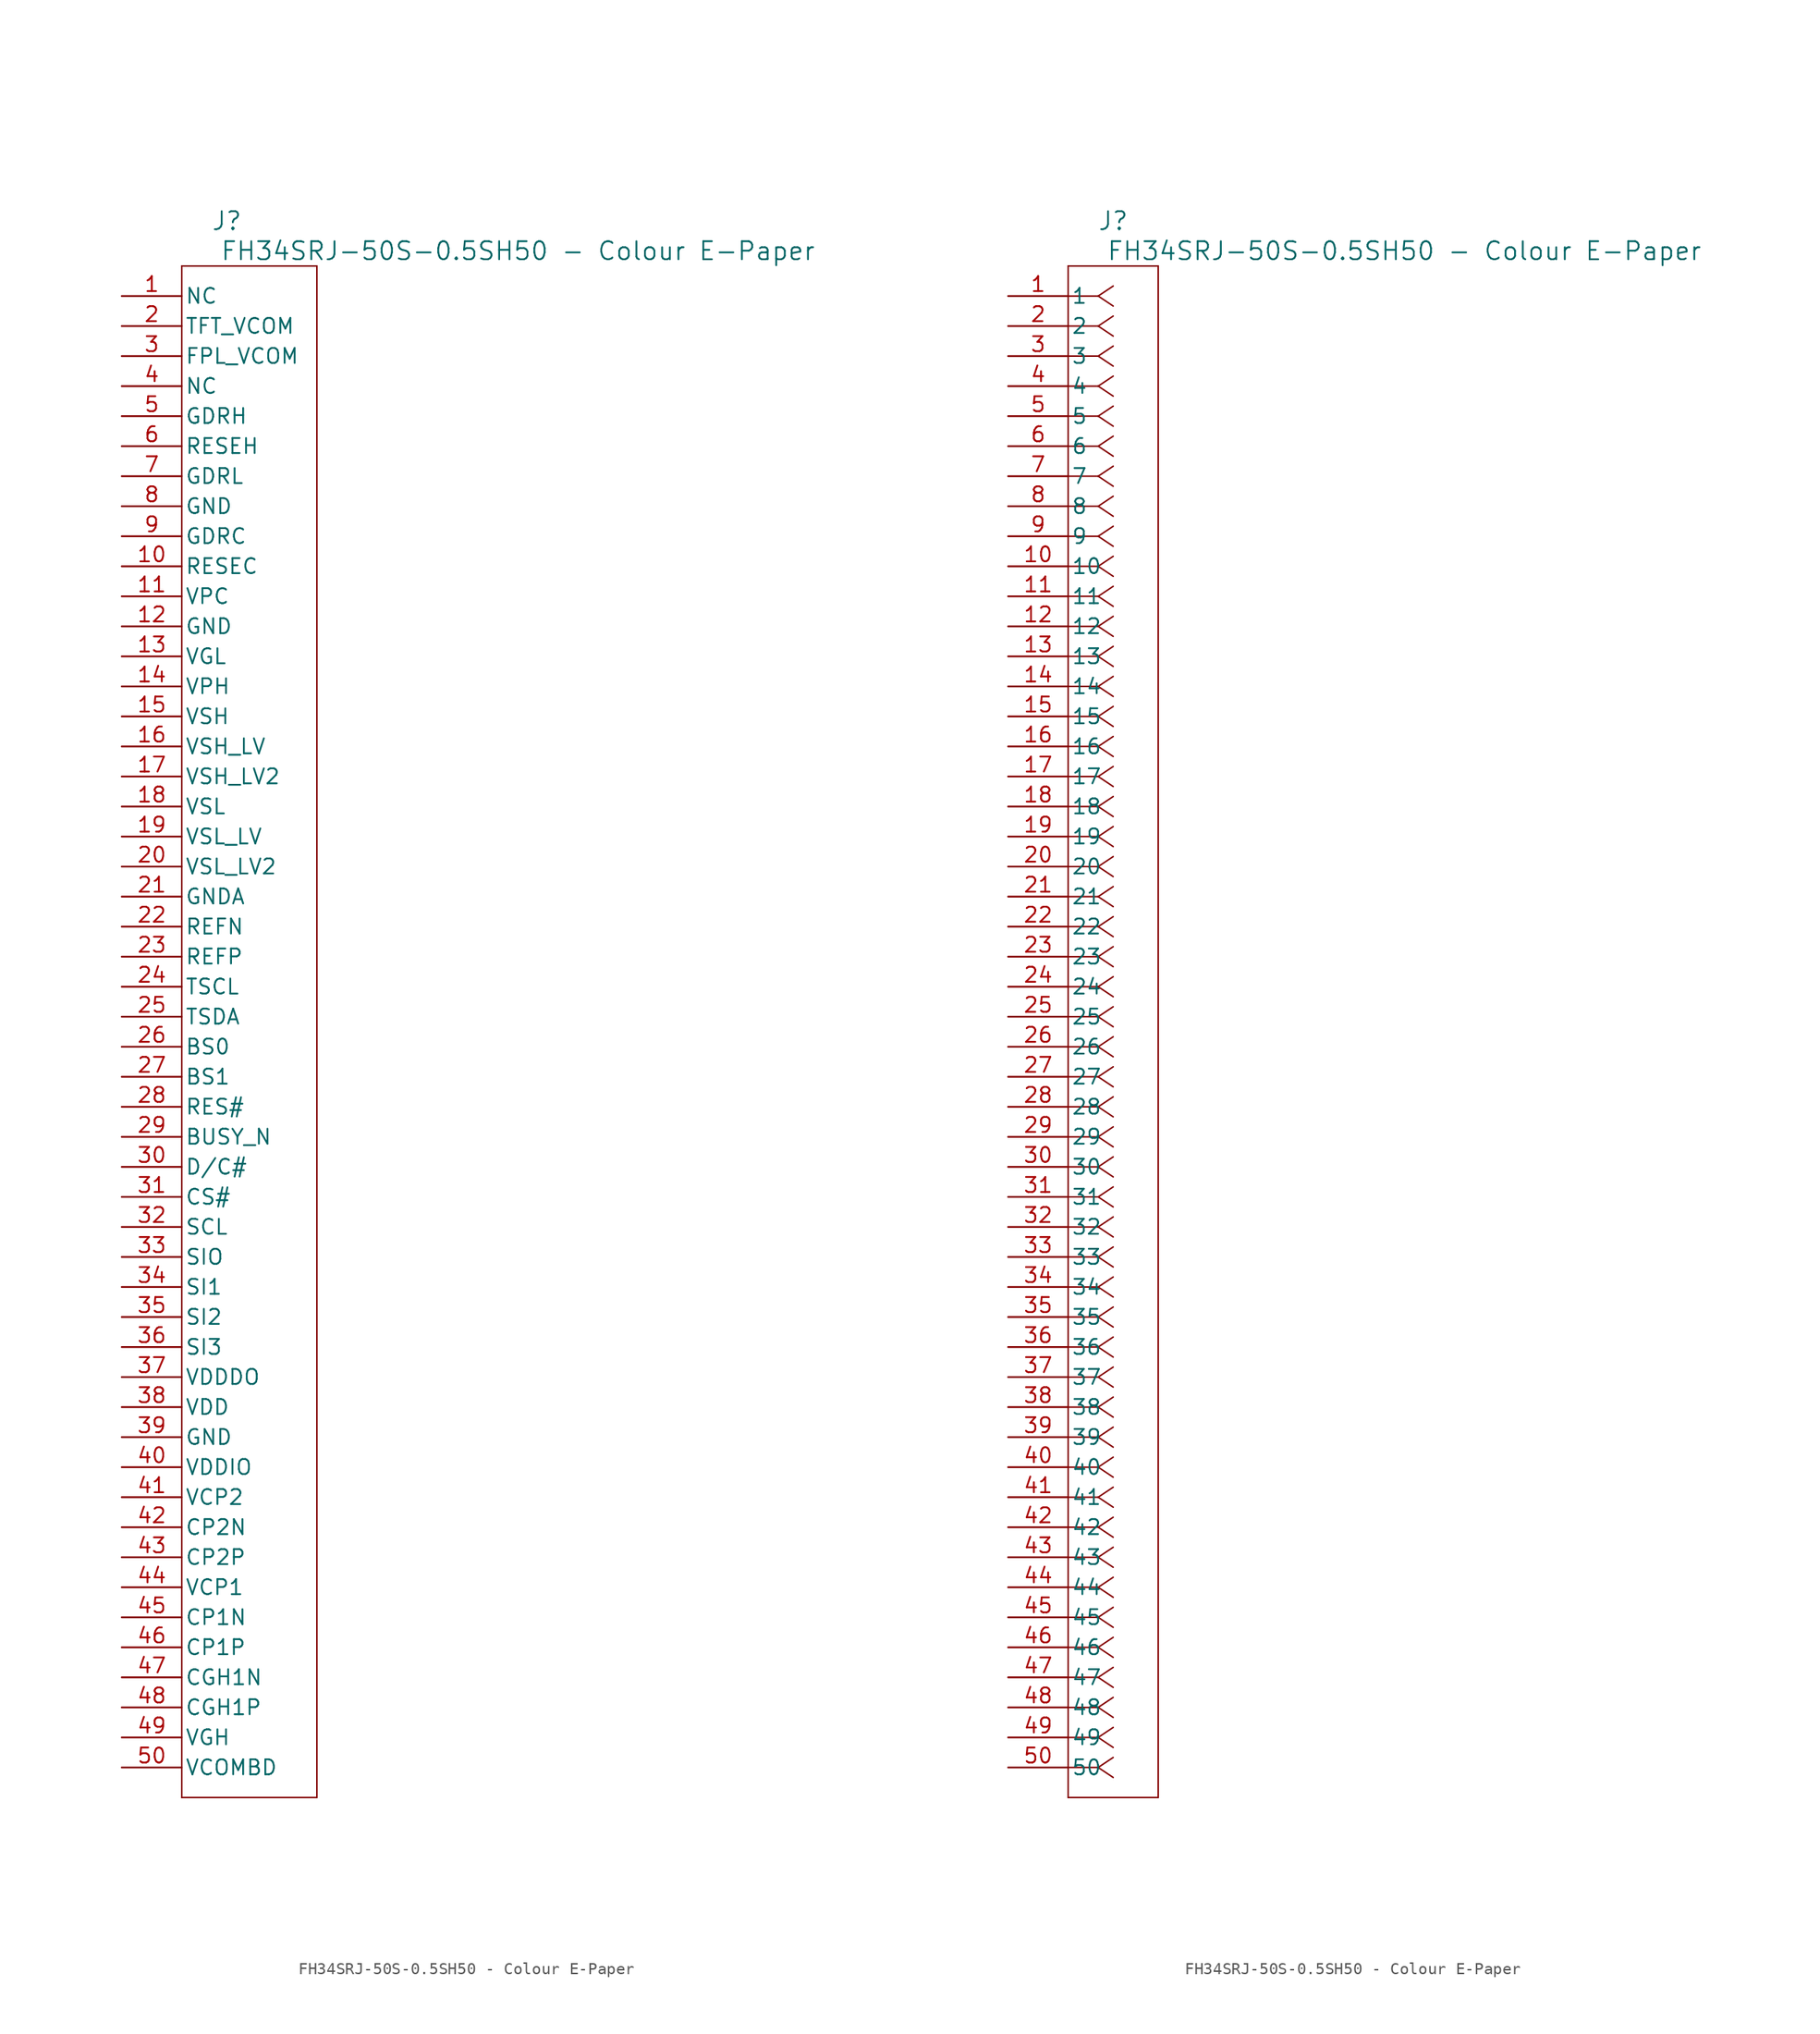
<source format=kicad_sym>
(kicad_symbol_lib
  (version 20231120)
  (generator "kicad_symbol_editor")
  (generator_version "8.0")
  (symbol "FH34SRJ-50S-0.5SH50 - Colour E-Paper"
    (pin_names
      (offset 0.254))
    (property "Reference" "J"
      (at 8.89 6.35 0)
      (effects (font (size 1.524 1.524))))
    (property "Value" "FH34SRJ-50S-0.5SH50 - Colour E-Paper"
      (at 33.528 3.81 0)
      (effects (font (size 1.524 1.524))))
    (property "ki_locked" ""
      (at 0 0 0)
      (effects (font (size 1.27 1.27))))
    (symbol "FH34SRJ-50S-0.5SH50 - Colour E-Paper_1_1"
      (polyline (pts (xy 5.08 -127) (xy 16.51 -127)) (stroke (width 0.127) (type default)) (fill (type none)))
      (polyline (pts (xy 5.08 2.54) (xy 5.08 -127)) (stroke (width 0.127) (type default)) (fill (type none)))
      (polyline (pts (xy 16.51 -127) (xy 16.51 2.54)) (stroke (width 0.127) (type default)) (fill (type none)))
      (polyline (pts (xy 16.51 2.54) (xy 5.08 2.54)) (stroke (width 0.127) (type default)) (fill (type none)))
      (pin unspecified line (at 0 0 0) (length 5.08) (name "NC" (effects (font (size 1.27 1.27)))) (number "1" (effects (font (size 1.27 1.27)))))
      (pin unspecified line (at 0 -22.86 0) (length 5.08) (name "RESEC" (effects (font (size 1.27 1.27)))) (number "10" (effects (font (size 1.27 1.27)))))
      (pin unspecified line (at 0 -25.4 0) (length 5.08) (name "VPC" (effects (font (size 1.27 1.27)))) (number "11" (effects (font (size 1.27 1.27)))))
      (pin unspecified line (at 0 -27.94 0) (length 5.08) (name "GND" (effects (font (size 1.27 1.27)))) (number "12" (effects (font (size 1.27 1.27)))))
      (pin unspecified line (at 0 -30.48 0) (length 5.08) (name "VGL" (effects (font (size 1.27 1.27)))) (number "13" (effects (font (size 1.27 1.27)))))
      (pin unspecified line (at 0 -33.02 0) (length 5.08) (name "VPH" (effects (font (size 1.27 1.27)))) (number "14" (effects (font (size 1.27 1.27)))))
      (pin unspecified line (at 0 -35.56 0) (length 5.08) (name "VSH" (effects (font (size 1.27 1.27)))) (number "15" (effects (font (size 1.27 1.27)))))
      (pin unspecified line (at 0 -38.1 0) (length 5.08) (name "VSH_LV" (effects (font (size 1.27 1.27)))) (number "16" (effects (font (size 1.27 1.27)))))
      (pin unspecified line (at 0 -40.64 0) (length 5.08) (name "VSH_LV2" (effects (font (size 1.27 1.27)))) (number "17" (effects (font (size 1.27 1.27)))))
      (pin unspecified line (at 0 -43.18 0) (length 5.08) (name "VSL" (effects (font (size 1.27 1.27)))) (number "18" (effects (font (size 1.27 1.27)))))
      (pin unspecified line (at 0 -45.72 0) (length 5.08) (name "VSL_LV" (effects (font (size 1.27 1.27)))) (number "19" (effects (font (size 1.27 1.27)))))
      (pin unspecified line (at 0 -2.54 0) (length 5.08) (name "TFT_VCOM" (effects (font (size 1.27 1.27)))) (number "2" (effects (font (size 1.27 1.27)))))
      (pin unspecified line (at 0 -48.26 0) (length 5.08) (name "VSL_LV2" (effects (font (size 1.27 1.27)))) (number "20" (effects (font (size 1.27 1.27)))))
      (pin unspecified line (at 0 -50.8 0) (length 5.08) (name "GNDA" (effects (font (size 1.27 1.27)))) (number "21" (effects (font (size 1.27 1.27)))))
      (pin unspecified line (at 0 -53.34 0) (length 5.08) (name "REFN" (effects (font (size 1.27 1.27)))) (number "22" (effects (font (size 1.27 1.27)))))
      (pin unspecified line (at 0 -55.88 0) (length 5.08) (name "REFP" (effects (font (size 1.27 1.27)))) (number "23" (effects (font (size 1.27 1.27)))))
      (pin unspecified line (at 0 -58.42 0) (length 5.08) (name "TSCL" (effects (font (size 1.27 1.27)))) (number "24" (effects (font (size 1.27 1.27)))))
      (pin unspecified line (at 0 -60.96 0) (length 5.08) (name "TSDA" (effects (font (size 1.27 1.27)))) (number "25" (effects (font (size 1.27 1.27)))))
      (pin unspecified line (at 0 -63.5 0) (length 5.08) (name "BS0" (effects (font (size 1.27 1.27)))) (number "26" (effects (font (size 1.27 1.27)))))
      (pin unspecified line (at 0 -66.04 0) (length 5.08) (name "BS1" (effects (font (size 1.27 1.27)))) (number "27" (effects (font (size 1.27 1.27)))))
      (pin unspecified line (at 0 -68.58 0) (length 5.08) (name "RES#" (effects (font (size 1.27 1.27)))) (number "28" (effects (font (size 1.27 1.27)))))
      (pin unspecified line (at 0 -71.12 0) (length 5.08) (name "BUSY_N" (effects (font (size 1.27 1.27)))) (number "29" (effects (font (size 1.27 1.27)))))
      (pin unspecified line (at 0 -5.08 0) (length 5.08) (name "FPL_VCOM" (effects (font (size 1.27 1.27)))) (number "3" (effects (font (size 1.27 1.27)))))
      (pin unspecified line (at 0 -73.66 0) (length 5.08) (name "D/C#" (effects (font (size 1.27 1.27)))) (number "30" (effects (font (size 1.27 1.27)))))
      (pin unspecified line (at 0 -76.2 0) (length 5.08) (name "CS#" (effects (font (size 1.27 1.27)))) (number "31" (effects (font (size 1.27 1.27)))))
      (pin unspecified line (at 0 -78.74 0) (length 5.08) (name "SCL" (effects (font (size 1.27 1.27)))) (number "32" (effects (font (size 1.27 1.27)))))
      (pin unspecified line (at 0 -81.28 0) (length 5.08) (name "SIO" (effects (font (size 1.27 1.27)))) (number "33" (effects (font (size 1.27 1.27)))))
      (pin unspecified line (at 0 -83.82 0) (length 5.08) (name "SI1" (effects (font (size 1.27 1.27)))) (number "34" (effects (font (size 1.27 1.27)))))
      (pin unspecified line (at 0 -86.36 0) (length 5.08) (name "SI2" (effects (font (size 1.27 1.27)))) (number "35" (effects (font (size 1.27 1.27)))))
      (pin unspecified line (at 0 -88.9 0) (length 5.08) (name "SI3" (effects (font (size 1.27 1.27)))) (number "36" (effects (font (size 1.27 1.27)))))
      (pin unspecified line (at 0 -91.44 0) (length 5.08) (name "VDDDO" (effects (font (size 1.27 1.27)))) (number "37" (effects (font (size 1.27 1.27)))))
      (pin unspecified line (at 0 -93.98 0) (length 5.08) (name "VDD" (effects (font (size 1.27 1.27)))) (number "38" (effects (font (size 1.27 1.27)))))
      (pin unspecified line (at 0 -96.52 0) (length 5.08) (name "GND" (effects (font (size 1.27 1.27)))) (number "39" (effects (font (size 1.27 1.27)))))
      (pin unspecified line (at 0 -7.62 0) (length 5.08) (name "NC" (effects (font (size 1.27 1.27)))) (number "4" (effects (font (size 1.27 1.27)))))
      (pin unspecified line (at 0 -99.06 0) (length 5.08) (name "VDDIO" (effects (font (size 1.27 1.27)))) (number "40" (effects (font (size 1.27 1.27)))))
      (pin unspecified line (at 0 -101.6 0) (length 5.08) (name "VCP2" (effects (font (size 1.27 1.27)))) (number "41" (effects (font (size 1.27 1.27)))))
      (pin unspecified line (at 0 -104.14 0) (length 5.08) (name "CP2N" (effects (font (size 1.27 1.27)))) (number "42" (effects (font (size 1.27 1.27)))))
      (pin unspecified line (at 0 -106.68 0) (length 5.08) (name "CP2P" (effects (font (size 1.27 1.27)))) (number "43" (effects (font (size 1.27 1.27)))))
      (pin unspecified line (at 0 -109.22 0) (length 5.08) (name "VCP1" (effects (font (size 1.27 1.27)))) (number "44" (effects (font (size 1.27 1.27)))))
      (pin unspecified line (at 0 -111.76 0) (length 5.08) (name "CP1N" (effects (font (size 1.27 1.27)))) (number "45" (effects (font (size 1.27 1.27)))))
      (pin unspecified line (at 0 -114.3 0) (length 5.08) (name "CP1P" (effects (font (size 1.27 1.27)))) (number "46" (effects (font (size 1.27 1.27)))))
      (pin unspecified line (at 0 -116.84 0) (length 5.08) (name "CGH1N" (effects (font (size 1.27 1.27)))) (number "47" (effects (font (size 1.27 1.27)))))
      (pin unspecified line (at 0 -119.38 0) (length 5.08) (name "CGH1P" (effects (font (size 1.27 1.27)))) (number "48" (effects (font (size 1.27 1.27)))))
      (pin unspecified line (at 0 -121.92 0) (length 5.08) (name "VGH" (effects (font (size 1.27 1.27)))) (number "49" (effects (font (size 1.27 1.27)))))
      (pin unspecified line (at 0 -10.16 0) (length 5.08) (name "GDRH" (effects (font (size 1.27 1.27)))) (number "5" (effects (font (size 1.27 1.27)))))
      (pin unspecified line (at 0 -124.46 0) (length 5.08) (name "VCOMBD" (effects (font (size 1.27 1.27)))) (number "50" (effects (font (size 1.27 1.27)))))
      (pin unspecified line (at 0 -12.7 0) (length 5.08) (name "RESEH" (effects (font (size 1.27 1.27)))) (number "6" (effects (font (size 1.27 1.27)))))
      (pin unspecified line (at 0 -15.24 0) (length 5.08) (name "GDRL" (effects (font (size 1.27 1.27)))) (number "7" (effects (font (size 1.27 1.27)))))
      (pin unspecified line (at 0 -17.78 0) (length 5.08) (name "GND" (effects (font (size 1.27 1.27)))) (number "8" (effects (font (size 1.27 1.27)))))
      (pin unspecified line (at 0 -20.32 0) (length 5.08) (name "GDRC" (effects (font (size 1.27 1.27)))) (number "9" (effects (font (size 1.27 1.27))))))
    (symbol "FH34SRJ-50S-0.5SH50 - Colour E-Paper_1_2"
      (polyline (pts (xy 5.08 -127) (xy 12.7 -127)) (stroke (width 0.127) (type default)) (fill (type none)))
      (polyline (pts (xy 5.08 2.54) (xy 5.08 -127)) (stroke (width 0.127) (type default)) (fill (type none)))
      (polyline (pts (xy 7.62 -124.46) (xy 5.08 -124.46)) (stroke (width 0.127) (type default)) (fill (type none)))
      (polyline (pts (xy 7.62 -124.46) (xy 8.89 -125.307)) (stroke (width 0.127) (type default)) (fill (type none)))
      (polyline (pts (xy 7.62 -124.46) (xy 8.89 -123.613)) (stroke (width 0.127) (type default)) (fill (type none)))
      (polyline (pts (xy 7.62 -121.92) (xy 5.08 -121.92)) (stroke (width 0.127) (type default)) (fill (type none)))
      (polyline (pts (xy 7.62 -121.92) (xy 8.89 -122.767)) (stroke (width 0.127) (type default)) (fill (type none)))
      (polyline (pts (xy 7.62 -121.92) (xy 8.89 -121.073)) (stroke (width 0.127) (type default)) (fill (type none)))
      (polyline (pts (xy 7.62 -119.38) (xy 5.08 -119.38)) (stroke (width 0.127) (type default)) (fill (type none)))
      (polyline (pts (xy 7.62 -119.38) (xy 8.89 -120.227)) (stroke (width 0.127) (type default)) (fill (type none)))
      (polyline (pts (xy 7.62 -119.38) (xy 8.89 -118.533)) (stroke (width 0.127) (type default)) (fill (type none)))
      (polyline (pts (xy 7.62 -116.84) (xy 5.08 -116.84)) (stroke (width 0.127) (type default)) (fill (type none)))
      (polyline (pts (xy 7.62 -116.84) (xy 8.89 -117.687)) (stroke (width 0.127) (type default)) (fill (type none)))
      (polyline (pts (xy 7.62 -116.84) (xy 8.89 -115.993)) (stroke (width 0.127) (type default)) (fill (type none)))
      (polyline (pts (xy 7.62 -114.3) (xy 5.08 -114.3)) (stroke (width 0.127) (type default)) (fill (type none)))
      (polyline (pts (xy 7.62 -114.3) (xy 8.89 -115.147)) (stroke (width 0.127) (type default)) (fill (type none)))
      (polyline (pts (xy 7.62 -114.3) (xy 8.89 -113.453)) (stroke (width 0.127) (type default)) (fill (type none)))
      (polyline (pts (xy 7.62 -111.76) (xy 5.08 -111.76)) (stroke (width 0.127) (type default)) (fill (type none)))
      (polyline (pts (xy 7.62 -111.76) (xy 8.89 -112.607)) (stroke (width 0.127) (type default)) (fill (type none)))
      (polyline (pts (xy 7.62 -111.76) (xy 8.89 -110.913)) (stroke (width 0.127) (type default)) (fill (type none)))
      (polyline (pts (xy 7.62 -109.22) (xy 5.08 -109.22)) (stroke (width 0.127) (type default)) (fill (type none)))
      (polyline (pts (xy 7.62 -109.22) (xy 8.89 -110.067)) (stroke (width 0.127) (type default)) (fill (type none)))
      (polyline (pts (xy 7.62 -109.22) (xy 8.89 -108.373)) (stroke (width 0.127) (type default)) (fill (type none)))
      (polyline (pts (xy 7.62 -106.68) (xy 5.08 -106.68)) (stroke (width 0.127) (type default)) (fill (type none)))
      (polyline (pts (xy 7.62 -106.68) (xy 8.89 -107.527)) (stroke (width 0.127) (type default)) (fill (type none)))
      (polyline (pts (xy 7.62 -106.68) (xy 8.89 -105.833)) (stroke (width 0.127) (type default)) (fill (type none)))
      (polyline (pts (xy 7.62 -104.14) (xy 5.08 -104.14)) (stroke (width 0.127) (type default)) (fill (type none)))
      (polyline (pts (xy 7.62 -104.14) (xy 8.89 -104.987)) (stroke (width 0.127) (type default)) (fill (type none)))
      (polyline (pts (xy 7.62 -104.14) (xy 8.89 -103.293)) (stroke (width 0.127) (type default)) (fill (type none)))
      (polyline (pts (xy 7.62 -101.6) (xy 5.08 -101.6)) (stroke (width 0.127) (type default)) (fill (type none)))
      (polyline (pts (xy 7.62 -101.6) (xy 8.89 -102.447)) (stroke (width 0.127) (type default)) (fill (type none)))
      (polyline (pts (xy 7.62 -101.6) (xy 8.89 -100.753)) (stroke (width 0.127) (type default)) (fill (type none)))
      (polyline (pts (xy 7.62 -99.06) (xy 5.08 -99.06)) (stroke (width 0.127) (type default)) (fill (type none)))
      (polyline (pts (xy 7.62 -99.06) (xy 8.89 -99.907)) (stroke (width 0.127) (type default)) (fill (type none)))
      (polyline (pts (xy 7.62 -99.06) (xy 8.89 -98.213)) (stroke (width 0.127) (type default)) (fill (type none)))
      (polyline (pts (xy 7.62 -96.52) (xy 5.08 -96.52)) (stroke (width 0.127) (type default)) (fill (type none)))
      (polyline (pts (xy 7.62 -96.52) (xy 8.89 -97.367)) (stroke (width 0.127) (type default)) (fill (type none)))
      (polyline (pts (xy 7.62 -96.52) (xy 8.89 -95.673)) (stroke (width 0.127) (type default)) (fill (type none)))
      (polyline (pts (xy 7.62 -93.98) (xy 5.08 -93.98)) (stroke (width 0.127) (type default)) (fill (type none)))
      (polyline (pts (xy 7.62 -93.98) (xy 8.89 -94.827)) (stroke (width 0.127) (type default)) (fill (type none)))
      (polyline (pts (xy 7.62 -93.98) (xy 8.89 -93.133)) (stroke (width 0.127) (type default)) (fill (type none)))
      (polyline (pts (xy 7.62 -91.44) (xy 5.08 -91.44)) (stroke (width 0.127) (type default)) (fill (type none)))
      (polyline (pts (xy 7.62 -91.44) (xy 8.89 -92.287)) (stroke (width 0.127) (type default)) (fill (type none)))
      (polyline (pts (xy 7.62 -91.44) (xy 8.89 -90.593)) (stroke (width 0.127) (type default)) (fill (type none)))
      (polyline (pts (xy 7.62 -88.9) (xy 5.08 -88.9)) (stroke (width 0.127) (type default)) (fill (type none)))
      (polyline (pts (xy 7.62 -88.9) (xy 8.89 -89.747)) (stroke (width 0.127) (type default)) (fill (type none)))
      (polyline (pts (xy 7.62 -88.9) (xy 8.89 -88.053)) (stroke (width 0.127) (type default)) (fill (type none)))
      (polyline (pts (xy 7.62 -86.36) (xy 5.08 -86.36)) (stroke (width 0.127) (type default)) (fill (type none)))
      (polyline (pts (xy 7.62 -86.36) (xy 8.89 -87.207)) (stroke (width 0.127) (type default)) (fill (type none)))
      (polyline (pts (xy 7.62 -86.36) (xy 8.89 -85.513)) (stroke (width 0.127) (type default)) (fill (type none)))
      (polyline (pts (xy 7.62 -83.82) (xy 5.08 -83.82)) (stroke (width 0.127) (type default)) (fill (type none)))
      (polyline (pts (xy 7.62 -83.82) (xy 8.89 -84.667)) (stroke (width 0.127) (type default)) (fill (type none)))
      (polyline (pts (xy 7.62 -83.82) (xy 8.89 -82.973)) (stroke (width 0.127) (type default)) (fill (type none)))
      (polyline (pts (xy 7.62 -81.28) (xy 5.08 -81.28)) (stroke (width 0.127) (type default)) (fill (type none)))
      (polyline (pts (xy 7.62 -81.28) (xy 8.89 -82.127)) (stroke (width 0.127) (type default)) (fill (type none)))
      (polyline (pts (xy 7.62 -81.28) (xy 8.89 -80.433)) (stroke (width 0.127) (type default)) (fill (type none)))
      (polyline (pts (xy 7.62 -78.74) (xy 5.08 -78.74)) (stroke (width 0.127) (type default)) (fill (type none)))
      (polyline (pts (xy 7.62 -78.74) (xy 8.89 -79.587)) (stroke (width 0.127) (type default)) (fill (type none)))
      (polyline (pts (xy 7.62 -78.74) (xy 8.89 -77.893)) (stroke (width 0.127) (type default)) (fill (type none)))
      (polyline (pts (xy 7.62 -76.2) (xy 5.08 -76.2)) (stroke (width 0.127) (type default)) (fill (type none)))
      (polyline (pts (xy 7.62 -76.2) (xy 8.89 -77.047)) (stroke (width 0.127) (type default)) (fill (type none)))
      (polyline (pts (xy 7.62 -76.2) (xy 8.89 -75.353)) (stroke (width 0.127) (type default)) (fill (type none)))
      (polyline (pts (xy 7.62 -73.66) (xy 5.08 -73.66)) (stroke (width 0.127) (type default)) (fill (type none)))
      (polyline (pts (xy 7.62 -73.66) (xy 8.89 -74.507)) (stroke (width 0.127) (type default)) (fill (type none)))
      (polyline (pts (xy 7.62 -73.66) (xy 8.89 -72.813)) (stroke (width 0.127) (type default)) (fill (type none)))
      (polyline (pts (xy 7.62 -71.12) (xy 5.08 -71.12)) (stroke (width 0.127) (type default)) (fill (type none)))
      (polyline (pts (xy 7.62 -71.12) (xy 8.89 -71.967)) (stroke (width 0.127) (type default)) (fill (type none)))
      (polyline (pts (xy 7.62 -71.12) (xy 8.89 -70.273)) (stroke (width 0.127) (type default)) (fill (type none)))
      (polyline (pts (xy 7.62 -68.58) (xy 5.08 -68.58)) (stroke (width 0.127) (type default)) (fill (type none)))
      (polyline (pts (xy 7.62 -68.58) (xy 8.89 -69.427)) (stroke (width 0.127) (type default)) (fill (type none)))
      (polyline (pts (xy 7.62 -68.58) (xy 8.89 -67.733)) (stroke (width 0.127) (type default)) (fill (type none)))
      (polyline (pts (xy 7.62 -66.04) (xy 5.08 -66.04)) (stroke (width 0.127) (type default)) (fill (type none)))
      (polyline (pts (xy 7.62 -66.04) (xy 8.89 -66.887)) (stroke (width 0.127) (type default)) (fill (type none)))
      (polyline (pts (xy 7.62 -66.04) (xy 8.89 -65.193)) (stroke (width 0.127) (type default)) (fill (type none)))
      (polyline (pts (xy 7.62 -63.5) (xy 5.08 -63.5)) (stroke (width 0.127) (type default)) (fill (type none)))
      (polyline (pts (xy 7.62 -63.5) (xy 8.89 -64.347)) (stroke (width 0.127) (type default)) (fill (type none)))
      (polyline (pts (xy 7.62 -63.5) (xy 8.89 -62.653)) (stroke (width 0.127) (type default)) (fill (type none)))
      (polyline (pts (xy 7.62 -60.96) (xy 5.08 -60.96)) (stroke (width 0.127) (type default)) (fill (type none)))
      (polyline (pts (xy 7.62 -60.96) (xy 8.89 -61.807)) (stroke (width 0.127) (type default)) (fill (type none)))
      (polyline (pts (xy 7.62 -60.96) (xy 8.89 -60.113)) (stroke (width 0.127) (type default)) (fill (type none)))
      (polyline (pts (xy 7.62 -58.42) (xy 5.08 -58.42)) (stroke (width 0.127) (type default)) (fill (type none)))
      (polyline (pts (xy 7.62 -58.42) (xy 8.89 -59.267)) (stroke (width 0.127) (type default)) (fill (type none)))
      (polyline (pts (xy 7.62 -58.42) (xy 8.89 -57.573)) (stroke (width 0.127) (type default)) (fill (type none)))
      (polyline (pts (xy 7.62 -55.88) (xy 5.08 -55.88)) (stroke (width 0.127) (type default)) (fill (type none)))
      (polyline (pts (xy 7.62 -55.88) (xy 8.89 -56.727)) (stroke (width 0.127) (type default)) (fill (type none)))
      (polyline (pts (xy 7.62 -55.88) (xy 8.89 -55.033)) (stroke (width 0.127) (type default)) (fill (type none)))
      (polyline (pts (xy 7.62 -53.34) (xy 5.08 -53.34)) (stroke (width 0.127) (type default)) (fill (type none)))
      (polyline (pts (xy 7.62 -53.34) (xy 8.89 -54.187)) (stroke (width 0.127) (type default)) (fill (type none)))
      (polyline (pts (xy 7.62 -53.34) (xy 8.89 -52.493)) (stroke (width 0.127) (type default)) (fill (type none)))
      (polyline (pts (xy 7.62 -50.8) (xy 5.08 -50.8)) (stroke (width 0.127) (type default)) (fill (type none)))
      (polyline (pts (xy 7.62 -50.8) (xy 8.89 -51.647)) (stroke (width 0.127) (type default)) (fill (type none)))
      (polyline (pts (xy 7.62 -50.8) (xy 8.89 -49.953)) (stroke (width 0.127) (type default)) (fill (type none)))
      (polyline (pts (xy 7.62 -48.26) (xy 5.08 -48.26)) (stroke (width 0.127) (type default)) (fill (type none)))
      (polyline (pts (xy 7.62 -48.26) (xy 8.89 -49.107)) (stroke (width 0.127) (type default)) (fill (type none)))
      (polyline (pts (xy 7.62 -48.26) (xy 8.89 -47.413)) (stroke (width 0.127) (type default)) (fill (type none)))
      (polyline (pts (xy 7.62 -45.72) (xy 5.08 -45.72)) (stroke (width 0.127) (type default)) (fill (type none)))
      (polyline (pts (xy 7.62 -45.72) (xy 8.89 -46.567)) (stroke (width 0.127) (type default)) (fill (type none)))
      (polyline (pts (xy 7.62 -45.72) (xy 8.89 -44.873)) (stroke (width 0.127) (type default)) (fill (type none)))
      (polyline (pts (xy 7.62 -43.18) (xy 5.08 -43.18)) (stroke (width 0.127) (type default)) (fill (type none)))
      (polyline (pts (xy 7.62 -43.18) (xy 8.89 -44.027)) (stroke (width 0.127) (type default)) (fill (type none)))
      (polyline (pts (xy 7.62 -43.18) (xy 8.89 -42.333)) (stroke (width 0.127) (type default)) (fill (type none)))
      (polyline (pts (xy 7.62 -40.64) (xy 5.08 -40.64)) (stroke (width 0.127) (type default)) (fill (type none)))
      (polyline (pts (xy 7.62 -40.64) (xy 8.89 -41.487)) (stroke (width 0.127) (type default)) (fill (type none)))
      (polyline (pts (xy 7.62 -40.64) (xy 8.89 -39.793)) (stroke (width 0.127) (type default)) (fill (type none)))
      (polyline (pts (xy 7.62 -38.1) (xy 5.08 -38.1)) (stroke (width 0.127) (type default)) (fill (type none)))
      (polyline (pts (xy 7.62 -38.1) (xy 8.89 -38.947)) (stroke (width 0.127) (type default)) (fill (type none)))
      (polyline (pts (xy 7.62 -38.1) (xy 8.89 -37.253)) (stroke (width 0.127) (type default)) (fill (type none)))
      (polyline (pts (xy 7.62 -35.56) (xy 5.08 -35.56)) (stroke (width 0.127) (type default)) (fill (type none)))
      (polyline (pts (xy 7.62 -35.56) (xy 8.89 -36.407)) (stroke (width 0.127) (type default)) (fill (type none)))
      (polyline (pts (xy 7.62 -35.56) (xy 8.89 -34.713)) (stroke (width 0.127) (type default)) (fill (type none)))
      (polyline (pts (xy 7.62 -33.02) (xy 5.08 -33.02)) (stroke (width 0.127) (type default)) (fill (type none)))
      (polyline (pts (xy 7.62 -33.02) (xy 8.89 -33.867)) (stroke (width 0.127) (type default)) (fill (type none)))
      (polyline (pts (xy 7.62 -33.02) (xy 8.89 -32.173)) (stroke (width 0.127) (type default)) (fill (type none)))
      (polyline (pts (xy 7.62 -30.48) (xy 5.08 -30.48)) (stroke (width 0.127) (type default)) (fill (type none)))
      (polyline (pts (xy 7.62 -30.48) (xy 8.89 -31.327)) (stroke (width 0.127) (type default)) (fill (type none)))
      (polyline (pts (xy 7.62 -30.48) (xy 8.89 -29.633)) (stroke (width 0.127) (type default)) (fill (type none)))
      (polyline (pts (xy 7.62 -27.94) (xy 5.08 -27.94)) (stroke (width 0.127) (type default)) (fill (type none)))
      (polyline (pts (xy 7.62 -27.94) (xy 8.89 -28.787)) (stroke (width 0.127) (type default)) (fill (type none)))
      (polyline (pts (xy 7.62 -27.94) (xy 8.89 -27.093)) (stroke (width 0.127) (type default)) (fill (type none)))
      (polyline (pts (xy 7.62 -25.4) (xy 5.08 -25.4)) (stroke (width 0.127) (type default)) (fill (type none)))
      (polyline (pts (xy 7.62 -25.4) (xy 8.89 -26.247)) (stroke (width 0.127) (type default)) (fill (type none)))
      (polyline (pts (xy 7.62 -25.4) (xy 8.89 -24.553)) (stroke (width 0.127) (type default)) (fill (type none)))
      (polyline (pts (xy 7.62 -22.86) (xy 5.08 -22.86)) (stroke (width 0.127) (type default)) (fill (type none)))
      (polyline (pts (xy 7.62 -22.86) (xy 8.89 -23.707)) (stroke (width 0.127) (type default)) (fill (type none)))
      (polyline (pts (xy 7.62 -22.86) (xy 8.89 -22.013)) (stroke (width 0.127) (type default)) (fill (type none)))
      (polyline (pts (xy 7.62 -20.32) (xy 5.08 -20.32)) (stroke (width 0.127) (type default)) (fill (type none)))
      (polyline (pts (xy 7.62 -20.32) (xy 8.89 -21.167)) (stroke (width 0.127) (type default)) (fill (type none)))
      (polyline (pts (xy 7.62 -20.32) (xy 8.89 -19.473)) (stroke (width 0.127) (type default)) (fill (type none)))
      (polyline (pts (xy 7.62 -17.78) (xy 5.08 -17.78)) (stroke (width 0.127) (type default)) (fill (type none)))
      (polyline (pts (xy 7.62 -17.78) (xy 8.89 -18.627)) (stroke (width 0.127) (type default)) (fill (type none)))
      (polyline (pts (xy 7.62 -17.78) (xy 8.89 -16.933)) (stroke (width 0.127) (type default)) (fill (type none)))
      (polyline (pts (xy 7.62 -15.24) (xy 5.08 -15.24)) (stroke (width 0.127) (type default)) (fill (type none)))
      (polyline (pts (xy 7.62 -15.24) (xy 8.89 -16.087)) (stroke (width 0.127) (type default)) (fill (type none)))
      (polyline (pts (xy 7.62 -15.24) (xy 8.89 -14.393)) (stroke (width 0.127) (type default)) (fill (type none)))
      (polyline (pts (xy 7.62 -12.7) (xy 5.08 -12.7)) (stroke (width 0.127) (type default)) (fill (type none)))
      (polyline (pts (xy 7.62 -12.7) (xy 8.89 -13.547)) (stroke (width 0.127) (type default)) (fill (type none)))
      (polyline (pts (xy 7.62 -12.7) (xy 8.89 -11.853)) (stroke (width 0.127) (type default)) (fill (type none)))
      (polyline (pts (xy 7.62 -10.16) (xy 5.08 -10.16)) (stroke (width 0.127) (type default)) (fill (type none)))
      (polyline (pts (xy 7.62 -10.16) (xy 8.89 -11.007)) (stroke (width 0.127) (type default)) (fill (type none)))
      (polyline (pts (xy 7.62 -10.16) (xy 8.89 -9.313)) (stroke (width 0.127) (type default)) (fill (type none)))
      (polyline (pts (xy 7.62 -7.62) (xy 5.08 -7.62)) (stroke (width 0.127) (type default)) (fill (type none)))
      (polyline (pts (xy 7.62 -7.62) (xy 8.89 -8.467)) (stroke (width 0.127) (type default)) (fill (type none)))
      (polyline (pts (xy 7.62 -7.62) (xy 8.89 -6.773)) (stroke (width 0.127) (type default)) (fill (type none)))
      (polyline (pts (xy 7.62 -5.08) (xy 5.08 -5.08)) (stroke (width 0.127) (type default)) (fill (type none)))
      (polyline (pts (xy 7.62 -5.08) (xy 8.89 -5.927)) (stroke (width 0.127) (type default)) (fill (type none)))
      (polyline (pts (xy 7.62 -5.08) (xy 8.89 -4.233)) (stroke (width 0.127) (type default)) (fill (type none)))
      (polyline (pts (xy 7.62 -2.54) (xy 5.08 -2.54)) (stroke (width 0.127) (type default)) (fill (type none)))
      (polyline (pts (xy 7.62 -2.54) (xy 8.89 -3.387)) (stroke (width 0.127) (type default)) (fill (type none)))
      (polyline (pts (xy 7.62 -2.54) (xy 8.89 -1.693)) (stroke (width 0.127) (type default)) (fill (type none)))
      (polyline (pts (xy 7.62 0) (xy 5.08 0)) (stroke (width 0.127) (type default)) (fill (type none)))
      (polyline (pts (xy 7.62 0) (xy 8.89 -0.847)) (stroke (width 0.127) (type default)) (fill (type none)))
      (polyline (pts (xy 7.62 0) (xy 8.89 0.847)) (stroke (width 0.127) (type default)) (fill (type none)))
      (polyline (pts (xy 12.7 -127) (xy 12.7 2.54)) (stroke (width 0.127) (type default)) (fill (type none)))
      (polyline (pts (xy 12.7 2.54) (xy 5.08 2.54)) (stroke (width 0.127) (type default)) (fill (type none)))
      (pin unspecified line (at 0 0 0) (length 5.08) (name "1" (effects (font (size 1.27 1.27)))) (number "1" (effects (font (size 1.27 1.27)))))
      (pin unspecified line (at 0 -22.86 0) (length 5.08) (name "10" (effects (font (size 1.27 1.27)))) (number "10" (effects (font (size 1.27 1.27)))))
      (pin unspecified line (at 0 -25.4 0) (length 5.08) (name "11" (effects (font (size 1.27 1.27)))) (number "11" (effects (font (size 1.27 1.27)))))
      (pin unspecified line (at 0 -27.94 0) (length 5.08) (name "12" (effects (font (size 1.27 1.27)))) (number "12" (effects (font (size 1.27 1.27)))))
      (pin unspecified line (at 0 -30.48 0) (length 5.08) (name "13" (effects (font (size 1.27 1.27)))) (number "13" (effects (font (size 1.27 1.27)))))
      (pin unspecified line (at 0 -33.02 0) (length 5.08) (name "14" (effects (font (size 1.27 1.27)))) (number "14" (effects (font (size 1.27 1.27)))))
      (pin unspecified line (at 0 -35.56 0) (length 5.08) (name "15" (effects (font (size 1.27 1.27)))) (number "15" (effects (font (size 1.27 1.27)))))
      (pin unspecified line (at 0 -38.1 0) (length 5.08) (name "16" (effects (font (size 1.27 1.27)))) (number "16" (effects (font (size 1.27 1.27)))))
      (pin unspecified line (at 0 -40.64 0) (length 5.08) (name "17" (effects (font (size 1.27 1.27)))) (number "17" (effects (font (size 1.27 1.27)))))
      (pin unspecified line (at 0 -43.18 0) (length 5.08) (name "18" (effects (font (size 1.27 1.27)))) (number "18" (effects (font (size 1.27 1.27)))))
      (pin unspecified line (at 0 -45.72 0) (length 5.08) (name "19" (effects (font (size 1.27 1.27)))) (number "19" (effects (font (size 1.27 1.27)))))
      (pin unspecified line (at 0 -2.54 0) (length 5.08) (name "2" (effects (font (size 1.27 1.27)))) (number "2" (effects (font (size 1.27 1.27)))))
      (pin unspecified line (at 0 -48.26 0) (length 5.08) (name "20" (effects (font (size 1.27 1.27)))) (number "20" (effects (font (size 1.27 1.27)))))
      (pin unspecified line (at 0 -50.8 0) (length 5.08) (name "21" (effects (font (size 1.27 1.27)))) (number "21" (effects (font (size 1.27 1.27)))))
      (pin unspecified line (at 0 -53.34 0) (length 5.08) (name "22" (effects (font (size 1.27 1.27)))) (number "22" (effects (font (size 1.27 1.27)))))
      (pin unspecified line (at 0 -55.88 0) (length 5.08) (name "23" (effects (font (size 1.27 1.27)))) (number "23" (effects (font (size 1.27 1.27)))))
      (pin unspecified line (at 0 -58.42 0) (length 5.08) (name "24" (effects (font (size 1.27 1.27)))) (number "24" (effects (font (size 1.27 1.27)))))
      (pin unspecified line (at 0 -60.96 0) (length 5.08) (name "25" (effects (font (size 1.27 1.27)))) (number "25" (effects (font (size 1.27 1.27)))))
      (pin unspecified line (at 0 -63.5 0) (length 5.08) (name "26" (effects (font (size 1.27 1.27)))) (number "26" (effects (font (size 1.27 1.27)))))
      (pin unspecified line (at 0 -66.04 0) (length 5.08) (name "27" (effects (font (size 1.27 1.27)))) (number "27" (effects (font (size 1.27 1.27)))))
      (pin unspecified line (at 0 -68.58 0) (length 5.08) (name "28" (effects (font (size 1.27 1.27)))) (number "28" (effects (font (size 1.27 1.27)))))
      (pin unspecified line (at 0 -71.12 0) (length 5.08) (name "29" (effects (font (size 1.27 1.27)))) (number "29" (effects (font (size 1.27 1.27)))))
      (pin unspecified line (at 0 -5.08 0) (length 5.08) (name "3" (effects (font (size 1.27 1.27)))) (number "3" (effects (font (size 1.27 1.27)))))
      (pin unspecified line (at 0 -73.66 0) (length 5.08) (name "30" (effects (font (size 1.27 1.27)))) (number "30" (effects (font (size 1.27 1.27)))))
      (pin unspecified line (at 0 -76.2 0) (length 5.08) (name "31" (effects (font (size 1.27 1.27)))) (number "31" (effects (font (size 1.27 1.27)))))
      (pin unspecified line (at 0 -78.74 0) (length 5.08) (name "32" (effects (font (size 1.27 1.27)))) (number "32" (effects (font (size 1.27 1.27)))))
      (pin unspecified line (at 0 -81.28 0) (length 5.08) (name "33" (effects (font (size 1.27 1.27)))) (number "33" (effects (font (size 1.27 1.27)))))
      (pin unspecified line (at 0 -83.82 0) (length 5.08) (name "34" (effects (font (size 1.27 1.27)))) (number "34" (effects (font (size 1.27 1.27)))))
      (pin unspecified line (at 0 -86.36 0) (length 5.08) (name "35" (effects (font (size 1.27 1.27)))) (number "35" (effects (font (size 1.27 1.27)))))
      (pin unspecified line (at 0 -88.9 0) (length 5.08) (name "36" (effects (font (size 1.27 1.27)))) (number "36" (effects (font (size 1.27 1.27)))))
      (pin unspecified line (at 0 -91.44 0) (length 5.08) (name "37" (effects (font (size 1.27 1.27)))) (number "37" (effects (font (size 1.27 1.27)))))
      (pin unspecified line (at 0 -93.98 0) (length 5.08) (name "38" (effects (font (size 1.27 1.27)))) (number "38" (effects (font (size 1.27 1.27)))))
      (pin unspecified line (at 0 -96.52 0) (length 5.08) (name "39" (effects (font (size 1.27 1.27)))) (number "39" (effects (font (size 1.27 1.27)))))
      (pin unspecified line (at 0 -7.62 0) (length 5.08) (name "4" (effects (font (size 1.27 1.27)))) (number "4" (effects (font (size 1.27 1.27)))))
      (pin unspecified line (at 0 -99.06 0) (length 5.08) (name "40" (effects (font (size 1.27 1.27)))) (number "40" (effects (font (size 1.27 1.27)))))
      (pin unspecified line (at 0 -101.6 0) (length 5.08) (name "41" (effects (font (size 1.27 1.27)))) (number "41" (effects (font (size 1.27 1.27)))))
      (pin unspecified line (at 0 -104.14 0) (length 5.08) (name "42" (effects (font (size 1.27 1.27)))) (number "42" (effects (font (size 1.27 1.27)))))
      (pin unspecified line (at 0 -106.68 0) (length 5.08) (name "43" (effects (font (size 1.27 1.27)))) (number "43" (effects (font (size 1.27 1.27)))))
      (pin unspecified line (at 0 -109.22 0) (length 5.08) (name "44" (effects (font (size 1.27 1.27)))) (number "44" (effects (font (size 1.27 1.27)))))
      (pin unspecified line (at 0 -111.76 0) (length 5.08) (name "45" (effects (font (size 1.27 1.27)))) (number "45" (effects (font (size 1.27 1.27)))))
      (pin unspecified line (at 0 -114.3 0) (length 5.08) (name "46" (effects (font (size 1.27 1.27)))) (number "46" (effects (font (size 1.27 1.27)))))
      (pin unspecified line (at 0 -116.84 0) (length 5.08) (name "47" (effects (font (size 1.27 1.27)))) (number "47" (effects (font (size 1.27 1.27)))))
      (pin unspecified line (at 0 -119.38 0) (length 5.08) (name "48" (effects (font (size 1.27 1.27)))) (number "48" (effects (font (size 1.27 1.27)))))
      (pin unspecified line (at 0 -121.92 0) (length 5.08) (name "49" (effects (font (size 1.27 1.27)))) (number "49" (effects (font (size 1.27 1.27)))))
      (pin unspecified line (at 0 -10.16 0) (length 5.08) (name "5" (effects (font (size 1.27 1.27)))) (number "5" (effects (font (size 1.27 1.27)))))
      (pin unspecified line (at 0 -124.46 0) (length 5.08) (name "50" (effects (font (size 1.27 1.27)))) (number "50" (effects (font (size 1.27 1.27)))))
      (pin unspecified line (at 0 -12.7 0) (length 5.08) (name "6" (effects (font (size 1.27 1.27)))) (number "6" (effects (font (size 1.27 1.27)))))
      (pin unspecified line (at 0 -15.24 0) (length 5.08) (name "7" (effects (font (size 1.27 1.27)))) (number "7" (effects (font (size 1.27 1.27)))))
      (pin unspecified line (at 0 -17.78 0) (length 5.08) (name "8" (effects (font (size 1.27 1.27)))) (number "8" (effects (font (size 1.27 1.27)))))
      (pin unspecified line (at 0 -20.32 0) (length 5.08) (name "9" (effects (font (size 1.27 1.27)))) (number "9" (effects (font (size 1.27 1.27))))))))
</source>
